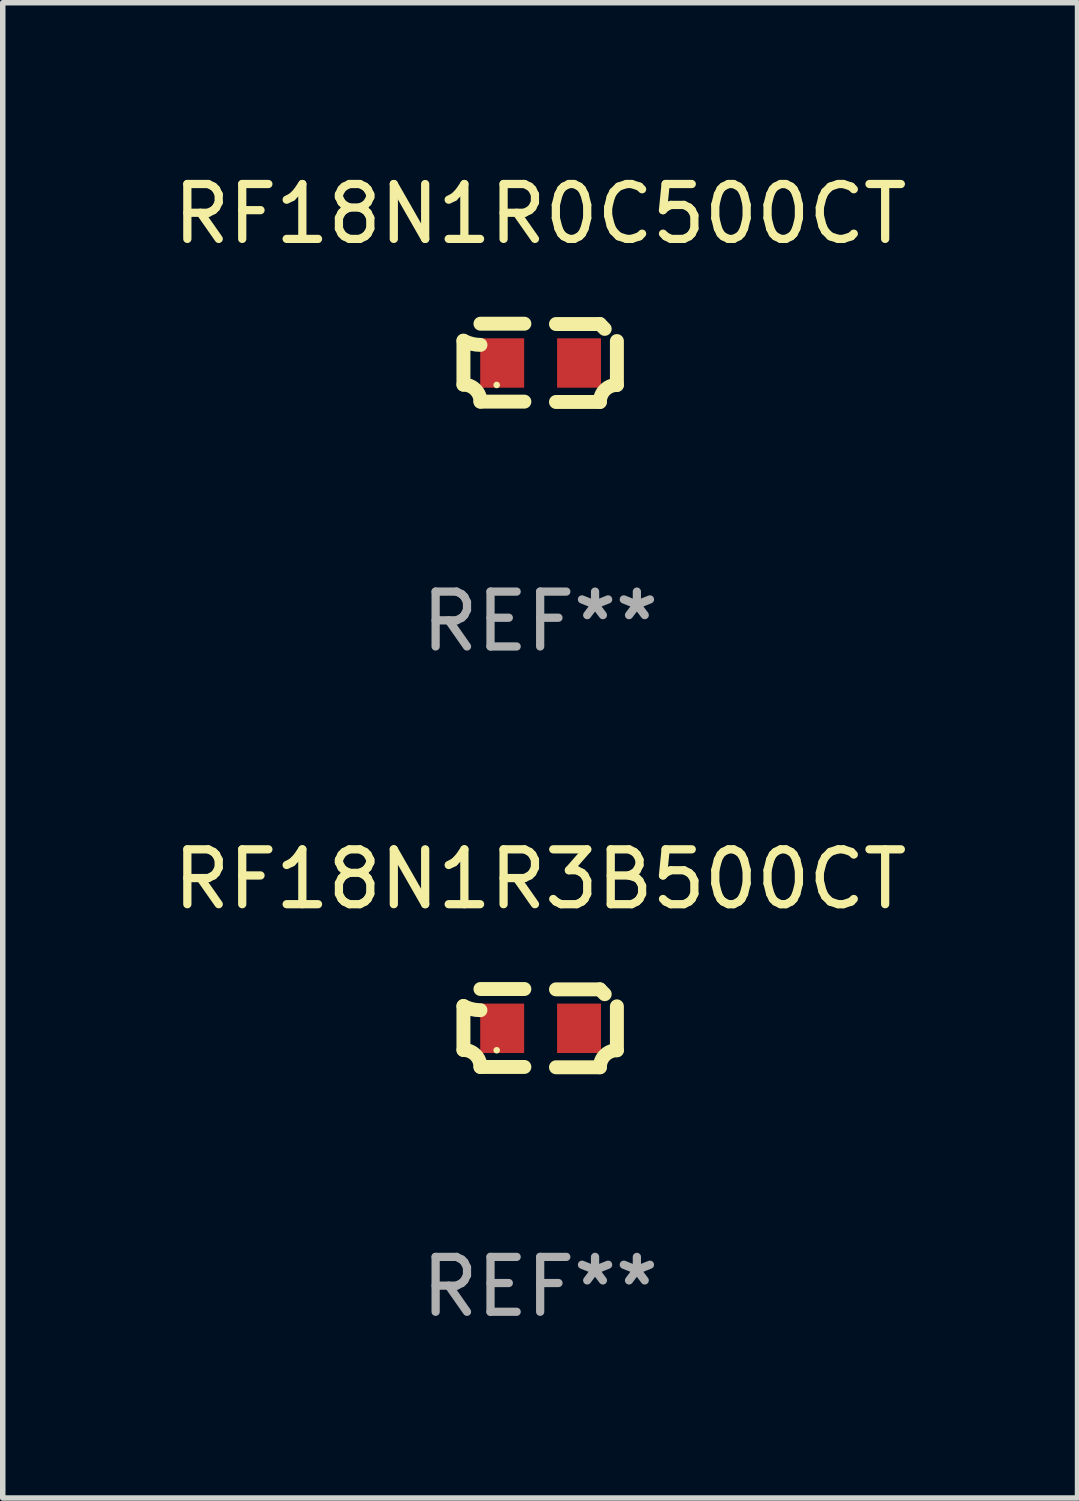
<source format=kicad_pcb>
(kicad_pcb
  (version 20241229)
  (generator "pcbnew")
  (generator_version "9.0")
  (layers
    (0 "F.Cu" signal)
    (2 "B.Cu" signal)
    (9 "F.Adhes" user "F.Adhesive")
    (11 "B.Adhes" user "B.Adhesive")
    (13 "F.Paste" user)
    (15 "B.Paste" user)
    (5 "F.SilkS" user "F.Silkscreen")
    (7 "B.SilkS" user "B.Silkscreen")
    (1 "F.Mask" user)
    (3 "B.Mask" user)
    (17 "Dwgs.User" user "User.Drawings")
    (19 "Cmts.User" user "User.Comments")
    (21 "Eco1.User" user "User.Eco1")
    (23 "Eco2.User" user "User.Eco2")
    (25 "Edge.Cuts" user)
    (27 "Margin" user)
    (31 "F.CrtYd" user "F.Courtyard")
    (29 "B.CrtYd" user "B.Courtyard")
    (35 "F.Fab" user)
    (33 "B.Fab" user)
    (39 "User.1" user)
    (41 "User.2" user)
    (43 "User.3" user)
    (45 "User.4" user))
  (footprint "RF18N1R3B500CT"
    (layer "F.Cu")
    (at 6.792 15.683)
    (property "Reference" "RF18N1R3B500CT" (at 0 -2.713 0) (layer "F.SilkS") (effects (font (size 1 1) (thickness 0.15))))
    (attr through_hole)
    (fp_line (start -1.398 -0.403) (end -1.398 0.397) (stroke (width 0.254) (type solid)) (layer "F.SilkS"))
    (fp_line (start -0.288 -0.713) (end -1.088 -0.713) (stroke (width 0.254) (type solid)) (layer "F.SilkS"))
    (fp_line (start -0.288 0.707) (end -1.088 0.707) (stroke (width 0.254) (type solid)) (layer "F.SilkS"))
    (fp_line (start 0.288 -0.707) (end 1.088 -0.707) (stroke (width 0.254) (type solid)) (layer "F.SilkS"))
    (fp_line (start 0.288 0.713) (end 1.088 0.713) (stroke (width 0.254) (type solid)) (layer "F.SilkS"))
    (fp_line (start 1.398 -0.397) (end 1.398 0.403) (stroke (width 0.254) (type solid)) (layer "F.SilkS"))
    (fp_arc (start -1.397789 0.397066) (mid -1.178701 0.487826) (end -1.08796 0.706922) (stroke (width 0.254001) (type solid)) (layer "F.SilkS"))
    (fp_arc (start -1.08796 -0.327176) (mid -1.247436 -0.346384) (end -1.39779 -0.402908) (stroke (width 0.254001) (type solid)) (layer "F.SilkS"))
    (fp_arc (start 1.087909 0.712738) (mid 1.178656 0.493655) (end 1.397739 0.402908) (stroke (width 0.254001) (type solid)) (layer "F.SilkS"))
    (fp_arc (start 1.175925 -0.618926) (mid 1.131917 -0.662923) (end 1.08791 -0.706922) (stroke (width 0.254001) (type solid)) (layer "F.SilkS"))
    (fp_circle (center -0.792 0.403) (end -0.762 0.403) (stroke (width 0.06) (type solid)) (fill no) (layer "F.SilkS"))
    (fp_text user "REF**" (at 0 4.713 0) (layer "F.Fab") (effects (font (size 1 1) (thickness 0.15))))
    (pad "1" smd rect (at -0.692 0.003) (size 0.8 0.9) (layers "F.Cu" "F.Mask" "F.Paste"))
    (pad "2" smd rect (at 0.708 0.003) (size 0.8 0.9) (layers "F.Cu" "F.Mask" "F.Paste")))
  (footprint "RF18N1R0C500CT"
    (layer "F.Cu")
    (at 6.792 3.561)
    (property "Reference" "RF18N1R0C500CT" (at 0 -2.713 0) (layer "F.SilkS") (effects (font (size 1 1) (thickness 0.15))))
    (attr through_hole)
    (fp_line (start -1.398 -0.403) (end -1.398 0.397) (stroke (width 0.254) (type solid)) (layer "F.SilkS"))
    (fp_line (start -0.288 -0.713) (end -1.088 -0.713) (stroke (width 0.254) (type solid)) (layer "F.SilkS"))
    (fp_line (start -0.288 0.707) (end -1.088 0.707) (stroke (width 0.254) (type solid)) (layer "F.SilkS"))
    (fp_line (start 0.288 -0.707) (end 1.088 -0.707) (stroke (width 0.254) (type solid)) (layer "F.SilkS"))
    (fp_line (start 0.288 0.713) (end 1.088 0.713) (stroke (width 0.254) (type solid)) (layer "F.SilkS"))
    (fp_line (start 1.398 -0.397) (end 1.398 0.403) (stroke (width 0.254) (type solid)) (layer "F.SilkS"))
    (fp_arc (start -1.397789 0.397066) (mid -1.178701 0.487826) (end -1.08796 0.706922) (stroke (width 0.254001) (type solid)) (layer "F.SilkS"))
    (fp_arc (start -1.08796 -0.327176) (mid -1.247436 -0.346384) (end -1.39779 -0.402908) (stroke (width 0.254001) (type solid)) (layer "F.SilkS"))
    (fp_arc (start 1.087909 0.712738) (mid 1.178656 0.493655) (end 1.397739 0.402908) (stroke (width 0.254001) (type solid)) (layer "F.SilkS"))
    (fp_arc (start 1.175925 -0.618926) (mid 1.131917 -0.662923) (end 1.08791 -0.706922) (stroke (width 0.254001) (type solid)) (layer "F.SilkS"))
    (fp_circle (center -0.792 0.403) (end -0.762 0.403) (stroke (width 0.06) (type solid)) (fill no) (layer "F.SilkS"))
    (fp_text user "REF**" (at 0 4.713 0) (layer "F.Fab") (effects (font (size 1 1) (thickness 0.15))))
    (pad "1" smd rect (at -0.692 0.003) (size 0.8 0.9) (layers "F.Cu" "F.Mask" "F.Paste"))
    (pad "2" smd rect (at 0.708 0.003) (size 0.8 0.9) (layers "F.Cu" "F.Mask" "F.Paste")))
  (gr_rect
    (start -3 -3)
    (end 16.583 24.244)
    (stroke (width 0.1) (type default))
    (fill no)
    (layer "Edge.Cuts")))
</source>
